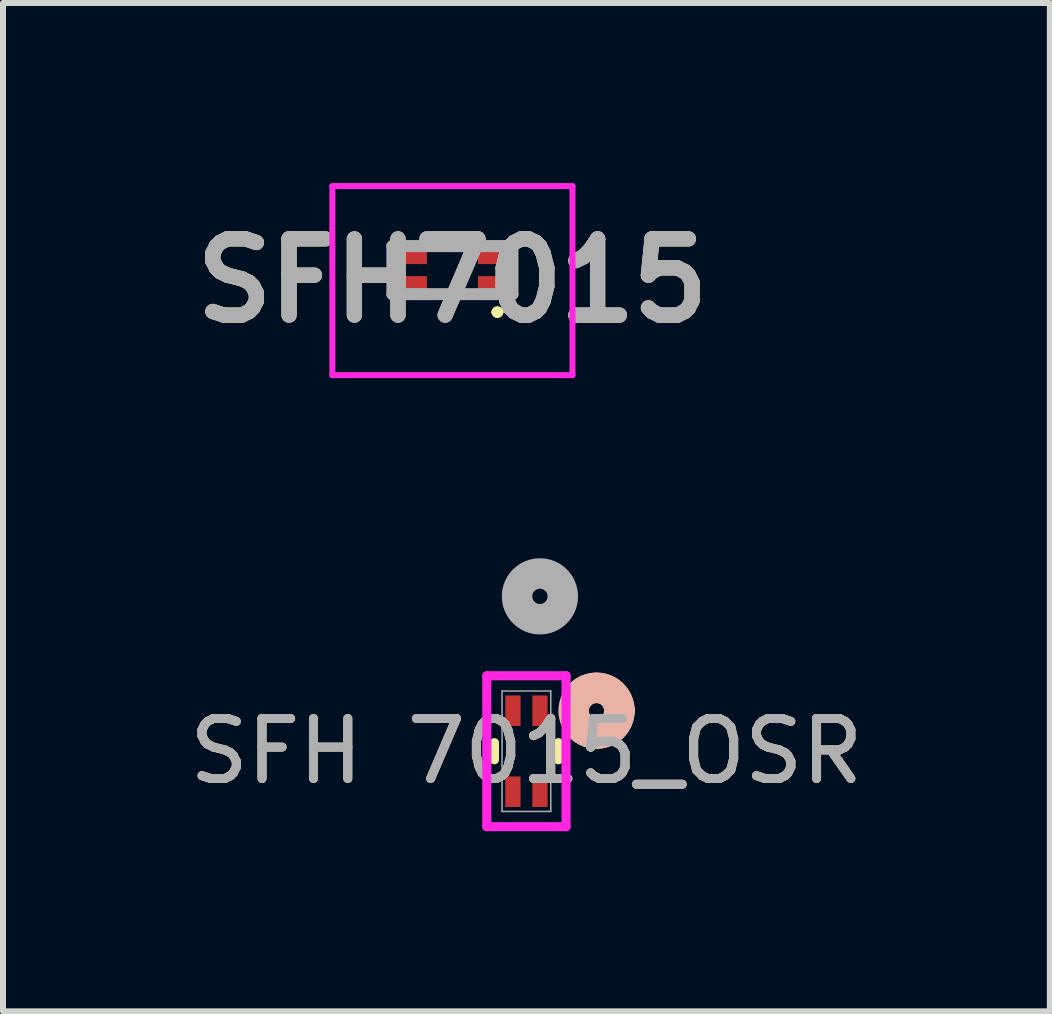
<source format=kicad_pcb>
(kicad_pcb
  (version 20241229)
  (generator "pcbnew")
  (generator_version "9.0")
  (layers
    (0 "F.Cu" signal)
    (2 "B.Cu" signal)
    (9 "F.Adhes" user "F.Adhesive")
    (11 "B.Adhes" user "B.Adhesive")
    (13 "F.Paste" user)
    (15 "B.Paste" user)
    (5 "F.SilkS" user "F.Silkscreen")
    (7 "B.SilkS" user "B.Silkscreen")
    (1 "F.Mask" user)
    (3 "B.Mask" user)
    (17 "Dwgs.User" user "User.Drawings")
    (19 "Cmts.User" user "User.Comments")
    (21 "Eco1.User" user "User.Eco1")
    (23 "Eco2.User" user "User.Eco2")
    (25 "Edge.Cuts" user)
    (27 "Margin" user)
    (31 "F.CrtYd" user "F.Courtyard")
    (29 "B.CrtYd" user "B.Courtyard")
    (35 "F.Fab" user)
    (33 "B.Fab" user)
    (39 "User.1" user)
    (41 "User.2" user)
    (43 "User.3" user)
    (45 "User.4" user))
  (footprint "SFH7015"
    (layer "F.Cu")
    (at 4.487 1.45)
    (property "Reference" "SFH7015" (at 0 0.175 0) (layer "F.SilkS") (effects (font (size 1.27 1.27) (thickness 0.254))))
    (attr smd)
    (fp_line (start 0.7 0.7) (end 0.7 0.7) (stroke (width 0.1) (type solid)) (layer "F.SilkS"))
    (fp_line (start 0.8 0.7) (end 0.8 0.7) (stroke (width 0.1) (type solid)) (layer "F.SilkS"))
    (fp_arc (start 0.7 0.7) (mid 0.75 0.65) (end 0.8 0.7) (stroke (width 0.1) (type solid)) (layer "F.SilkS"))
    (fp_arc (start 0.8 0.7) (mid 0.75 0.75) (end 0.7 0.7) (stroke (width 0.1) (type solid)) (layer "F.SilkS"))
    (fp_line (start -2 -1.4) (end -2 1.75) (stroke (width 0.1) (type solid)) (layer "F.CrtYd"))
    (fp_line (start -2 1.75) (end 2 1.75) (stroke (width 0.1) (type solid)) (layer "F.CrtYd"))
    (fp_line (start 2 -1.4) (end -2 -1.4) (stroke (width 0.1) (type solid)) (layer "F.CrtYd"))
    (fp_line (start 2 1.75) (end 2 -1.4) (stroke (width 0.1) (type solid)) (layer "F.CrtYd"))
    (fp_line (start -1 -0.4) (end -1 0.4) (stroke (width 0.2) (type solid)) (layer "F.Fab"))
    (fp_line (start -1 0.4) (end 1 0.4) (stroke (width 0.2) (type solid)) (layer "F.Fab"))
    (fp_line (start 1 -0.4) (end -1 -0.4) (stroke (width 0.2) (type solid)) (layer "F.Fab"))
    (fp_line (start 1 0.4) (end 1 -0.4) (stroke (width 0.2) (type solid)) (layer "F.Fab"))
    (fp_text user "${REFERENCE}" (at 0 0.175 0) (layer "F.Fab") (effects (font (size 1.27 1.27) (thickness 0.254))))
    (pad "1" smd rect (at 0.675 0.225 90) (size 0.25 0.5) (layers "F.Cu" "F.Mask" "F.Paste"))
    (pad "2" smd rect (at 0.675 -0.225 90) (size 0.25 0.5) (layers "F.Cu" "F.Mask" "F.Paste"))
    (pad "3" smd rect (at -0.675 0.225 90) (size 0.25 0.5) (layers "F.Cu" "F.Mask" "F.Paste"))
    (pad "4" smd rect (at -0.675 -0.225 90) (size 0.25 0.5) (layers "F.Cu" "F.Mask" "F.Paste")))
  (footprint "SFH 7015_OSR"
    (layer "F.Cu")
    (at 5.945 8.79)
    (property "Reference" "SFH 7015_OSR" (at -0.225 0.675 0) (unlocked yes) (layer "F.SilkS") (effects (font (size 1 1) (thickness 0.15))))
    (attr smd)
    (fp_line (start -0.758 0.533) (end -0.758 0.817) (stroke (width 0.152) (type solid)) (layer "F.SilkS"))
    (fp_line (start 0.308 0.817) (end 0.308 0.533) (stroke (width 0.152) (type solid)) (layer "F.SilkS"))
    (fp_arc (start 0.637541 -0.227181) (mid 1.063042 -0.361727) (end 1.3244 0) (stroke (width 0.508) (type solid)) (layer "F.SilkS"))
    (fp_arc (start 1.3244 0) (mid 1.063042 0.361727) (end 0.637541 0.227181) (stroke (width 0.508) (type solid)) (layer "F.SilkS"))
    (fp_circle (center 0.943 0) (end 1.324 0) (stroke (width 0.508) (type solid)) (fill no) (layer "B.SilkS"))
    (fp_line (start -0.885 -0.582) (end -0.885 1.932) (stroke (width 0.152) (type solid)) (layer "F.CrtYd"))
    (fp_line (start -0.885 1.932) (end 0.435 1.932) (stroke (width 0.152) (type solid)) (layer "F.CrtYd"))
    (fp_line (start 0.435 -0.582) (end -0.885 -0.582) (stroke (width 0.152) (type solid)) (layer "F.CrtYd"))
    (fp_line (start 0.435 1.932) (end 0.435 -0.582) (stroke (width 0.152) (type solid)) (layer "F.CrtYd"))
    (fp_line (start -0.631 -0.328) (end -0.631 1.678) (stroke (width 0.025) (type solid)) (layer "F.Fab"))
    (fp_line (start -0.631 1.678) (end 0.181 1.678) (stroke (width 0.025) (type solid)) (layer "F.Fab"))
    (fp_line (start 0.181 -0.328) (end -0.631 -0.328) (stroke (width 0.025) (type solid)) (layer "F.Fab"))
    (fp_line (start 0.181 1.678) (end 0.181 -0.328) (stroke (width 0.025) (type solid)) (layer "F.Fab"))
    (fp_circle (center 0 -1.905) (end 0.381 -1.905) (stroke (width 0.508) (type solid)) (fill no) (layer "F.Fab"))
    (fp_text user "${REFERENCE}" (at -0.225 0.675 0) (unlocked yes) (layer "F.Fab") (effects (font (size 1 1) (thickness 0.15))))
    (pad "1" smd rect (at 0.000001 0) (size 0.254 0.508) (layers "F.Cu" "F.Mask" "F.Paste"))
    (pad "2" smd rect (at -0.45 0) (size 0.254 0.508) (layers "F.Cu" "F.Mask" "F.Paste"))
    (pad "3" smd rect (at 0.000001 1.35) (size 0.254 0.508) (layers "F.Cu" "F.Mask" "F.Paste"))
    (pad "4" smd rect (at -0.45 1.35) (size 0.254 0.508) (layers "F.Cu" "F.Mask" "F.Paste")))
  (gr_rect
    (start -3 -3)
    (end 14.44 13.799)
    (stroke (width 0.1) (type default))
    (fill no)
    (layer "Edge.Cuts")))
</source>
